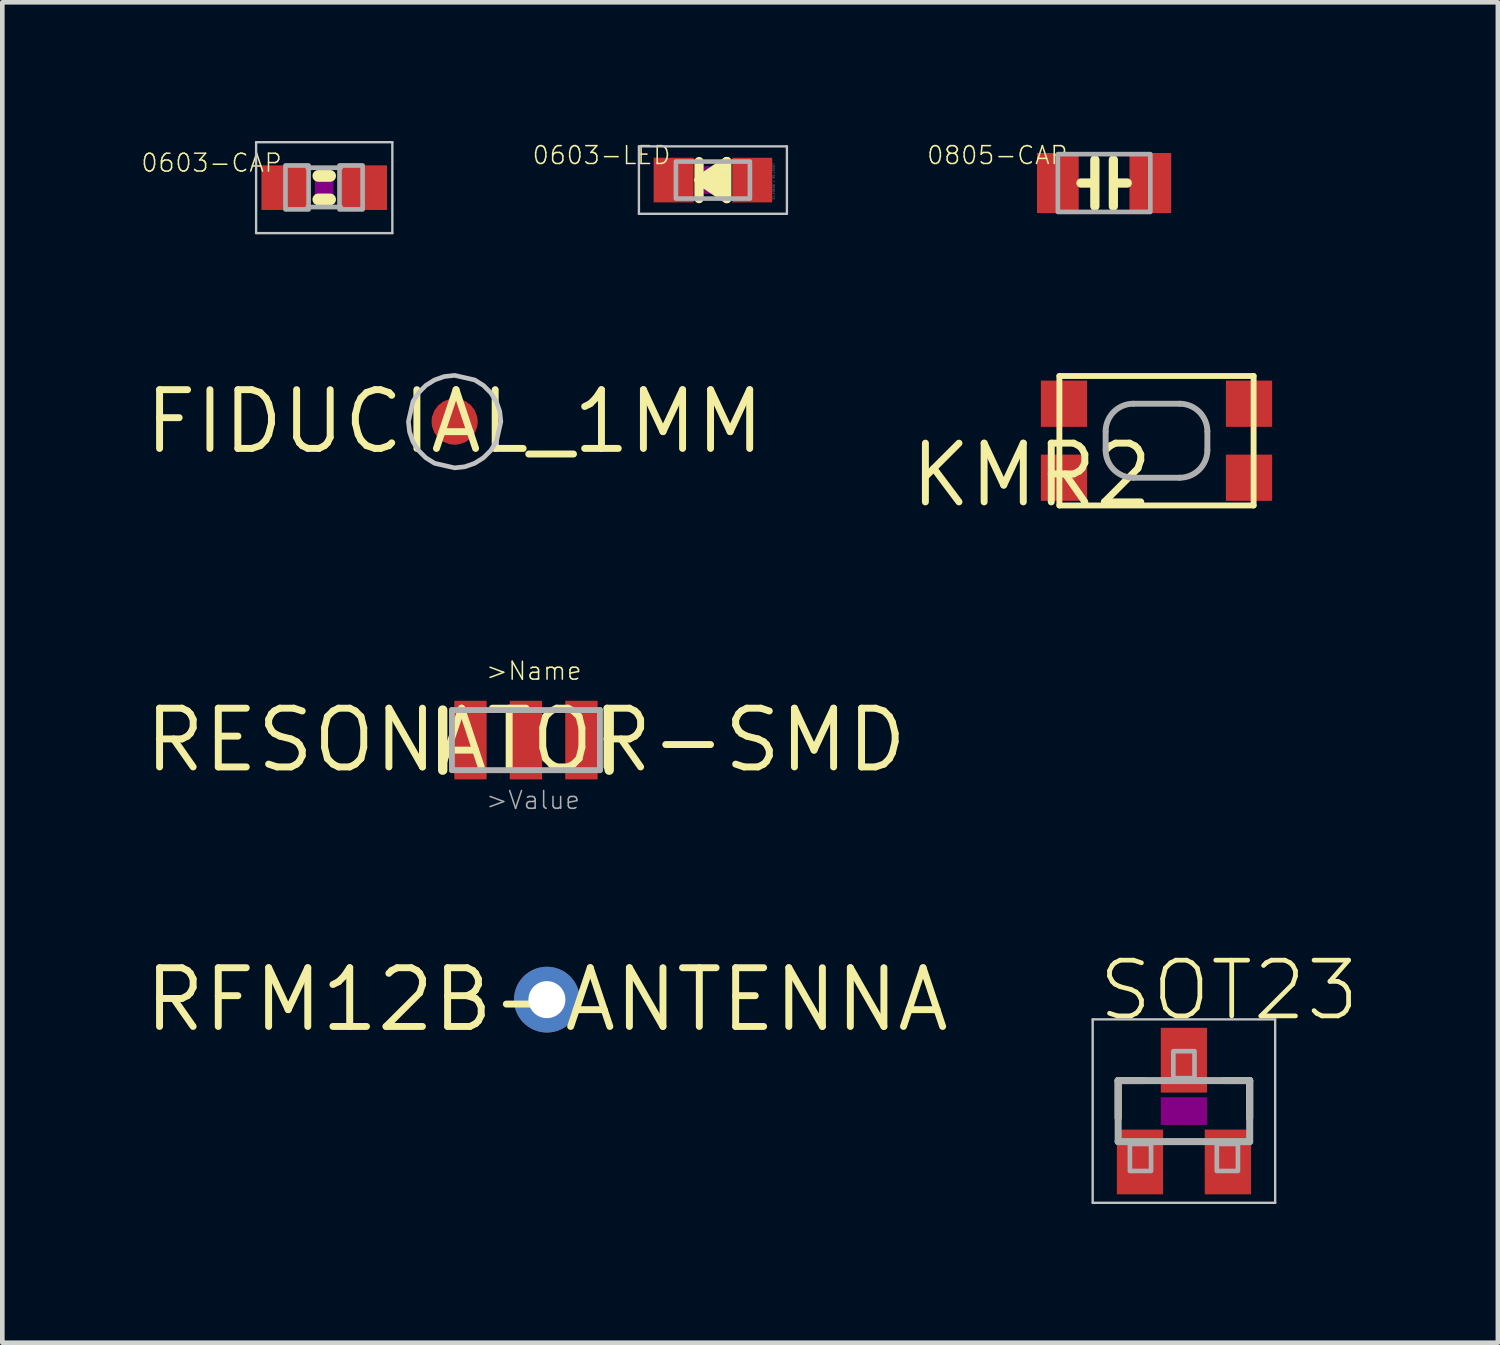
<source format=kicad_pcb>
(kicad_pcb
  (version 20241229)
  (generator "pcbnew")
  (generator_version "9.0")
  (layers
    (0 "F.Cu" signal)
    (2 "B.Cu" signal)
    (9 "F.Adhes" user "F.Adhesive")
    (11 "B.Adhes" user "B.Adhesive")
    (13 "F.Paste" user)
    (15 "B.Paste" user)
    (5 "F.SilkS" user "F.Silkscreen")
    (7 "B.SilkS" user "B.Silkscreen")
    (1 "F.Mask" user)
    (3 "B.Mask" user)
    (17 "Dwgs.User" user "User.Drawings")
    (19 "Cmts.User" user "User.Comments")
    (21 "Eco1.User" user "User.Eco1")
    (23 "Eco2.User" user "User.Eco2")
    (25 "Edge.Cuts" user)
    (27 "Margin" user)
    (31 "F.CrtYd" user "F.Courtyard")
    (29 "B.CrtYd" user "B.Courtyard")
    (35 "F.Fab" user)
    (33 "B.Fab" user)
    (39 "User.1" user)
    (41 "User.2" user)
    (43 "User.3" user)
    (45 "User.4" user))
  (footprint "RESONATOR-SMD"
    (layer "F.Cu")
    (at 8.323 12.954)
    (property "Reference" "RESONATOR-SMD" (at 0 0 0) (layer "F.SilkS") (effects (font (size 1.27 1.27) (thickness 0.15))))
    (attr through_hole)
    (fp_line (start -1.8 0.65) (end -1.8 -0.65) (stroke (width 0.203) (type solid)) (layer "F.SilkS"))
    (fp_line (start 1.8 -0.65) (end 1.8 0.65) (stroke (width 0.203) (type solid)) (layer "F.SilkS"))
    (fp_line (start -1.6 -0.65) (end 1.6 -0.65) (stroke (width 0.127) (type solid)) (layer "F.Fab"))
    (fp_line (start -1.6 0.65) (end -1.6 -0.65) (stroke (width 0.127) (type solid)) (layer "F.Fab"))
    (fp_line (start 1.6 -0.65) (end 1.6 0.65) (stroke (width 0.127) (type solid)) (layer "F.Fab"))
    (fp_line (start 1.6 0.65) (end -1.6 0.65) (stroke (width 0.127) (type solid)) (layer "F.Fab"))
    (fp_text user ">Name" (at -0.889 -1.27 0) (layer "F.SilkS") (effects (font (size 0.386 0.386) (thickness 0.033)) (justify left bottom)))
    (fp_text user ">Value" (at -0.889 1.524 0) (layer "F.Fab") (effects (font (size 0.386 0.386) (thickness 0.033)) (justify left bottom)))
    (pad "1" smd rect (at -1.2 0) (size 0.7 1.7) (layers "F.Cu" "F.Mask" "F.Paste"))
    (pad "2" smd rect (at 0 0) (size 0.7 1.7) (layers "F.Cu" "F.Mask" "F.Paste"))
    (pad "3" smd rect (at 1.2 0) (size 0.7 1.7) (layers "F.Cu" "F.Mask" "F.Paste")))
  (footprint "RFM12B-ANTENNA"
    (layer "F.Cu")
    (at 8.776 18.566)
    (property "Reference" "RFM12B-ANTENNA" (at 0 0 0) (layer "F.SilkS") (effects (font (size 1.27 1.27) (thickness 0.15))))
    (attr through_hole)
    (pad "P$1" thru_hole circle (at 0 0) (size 1.422 1.422) (drill 0.8) (layers "*.Cu" "*.Mask")))
  (footprint "KMR2"
    (layer "F.Cu")
    (at 21.958 6.48)
    (property "Reference" "KMR2" (at 0 0 0) (layer "F.SilkS") (effects (font (size 1.27 1.27) (thickness 0.15)) (justify right top)))
    (attr through_hole)
    (fp_line (start -2.1 -1.4) (end 2.1 -1.4) (stroke (width 0.127) (type solid)) (layer "F.SilkS"))
    (fp_line (start -2.1 1.4) (end -2.1 -1.4) (stroke (width 0.127) (type solid)) (layer "F.SilkS"))
    (fp_line (start 2.1 -1.4) (end 2.1 1.4) (stroke (width 0.127) (type solid)) (layer "F.SilkS"))
    (fp_line (start 2.1 1.4) (end -2.1 1.4) (stroke (width 0.127) (type solid)) (layer "F.SilkS"))
    (fp_line (start -1.1 0.2) (end -1.1 -0.2) (stroke (width 0.127) (type solid)) (layer "F.Fab"))
    (fp_line (start -0.5 -0.8) (end 0.5 -0.8) (stroke (width 0.127) (type solid)) (layer "F.Fab"))
    (fp_line (start 0.5 0.8) (end -0.5 0.8) (stroke (width 0.127) (type solid)) (layer "F.Fab"))
    (fp_line (start 1.1 -0.2) (end 1.1 0.2) (stroke (width 0.127) (type solid)) (layer "F.Fab"))
    (fp_arc (start -1.1 -0.2) (mid -0.924263 -0.624264) (end -0.499998 -0.8) (stroke (width 0.127) (type solid)) (layer "F.Fab"))
    (fp_arc (start -0.5 0.8) (mid -0.924264 0.624263) (end -1.1 0.199998) (stroke (width 0.127) (type solid)) (layer "F.Fab"))
    (fp_arc (start 0.5 -0.8) (mid 0.924264 -0.624263) (end 1.1 -0.199998) (stroke (width 0.127) (type solid)) (layer "F.Fab"))
    (fp_arc (start 1.1 0.2) (mid 0.924263 0.624264) (end 0.499998 0.8) (stroke (width 0.127) (type solid)) (layer "F.Fab"))
    (pad "1" smd rect (at 2 -0.8) (size 1 1) (layers "F.Cu" "F.Mask" "F.Paste"))
    (pad "2" smd rect (at 2 0.8) (size 1 1) (layers "F.Cu" "F.Mask" "F.Paste"))
    (pad "3" smd rect (at -2 -0.8) (size 1 1) (layers "F.Cu" "F.Mask" "F.Paste"))
    (pad "4" smd rect (at -2 0.8) (size 1 1) (layers "F.Cu" "F.Mask" "F.Paste")))
  (footprint "0805-CAP"
    (layer "F.Cu")
    (at 20.825 0.908)
    (property "Reference" "0805-CAP" (at -0.762 -0.826 0) (layer "F.SilkS") (effects (font (size 0.386 0.386) (thickness 0.033)) (justify right top)))
    (attr through_hole)
    (fp_line (start -0.3 0) (end -0.5 0) (stroke (width 0.2) (type solid)) (layer "F.SilkS"))
    (fp_line (start -0.2 -0.5) (end -0.2 0.5) (stroke (width 0.2) (type solid)) (layer "F.SilkS"))
    (fp_line (start 0.2 -0.5) (end 0.2 0.5) (stroke (width 0.2) (type solid)) (layer "F.SilkS"))
    (fp_line (start 0.3 0) (end 0.5 0) (stroke (width 0.2) (type solid)) (layer "F.SilkS"))
    (fp_poly (pts (xy -1 0.625) (xy 1 0.625) (xy 1 -0.625) (xy -1 -0.625)) (stroke (width 0.1) (type solid)) (fill no) (layer "F.Fab"))
    (pad "1" smd rect (at -1 0) (size 0.902 1.3) (layers "F.Cu" "F.Mask" "F.Paste"))
    (pad "2" smd rect (at 1 0) (size 0.902 1.3) (layers "F.Cu" "F.Mask" "F.Paste")))
  (footprint "0603-LED"
    (layer "F.Cu")
    (at 12.366 0.844)
    (property "Reference" "0603-LED" (at -0.889 -0.762 0) (layer "F.SilkS") (effects (font (size 0.386 0.386) (thickness 0.033)) (justify right top)))
    (attr through_hole)
    (fp_line (start -0.3 -0.4) (end -0.3 0) (stroke (width 0.2) (type solid)) (layer "F.SilkS"))
    (fp_line (start -0.3 0) (end -0.3 0.4) (stroke (width 0.2) (type solid)) (layer "F.SilkS"))
    (fp_line (start -0.3 0) (end 0.3 -0.4) (stroke (width 0.2) (type solid)) (layer "F.SilkS"))
    (fp_line (start -0.3 0) (end 0.3 0.4) (stroke (width 0.2) (type solid)) (layer "F.SilkS"))
    (fp_line (start 0 0) (end 0.2 0.2) (stroke (width 0.2) (type solid)) (layer "F.SilkS"))
    (fp_line (start 0.1 -0.1) (end -0.1 0) (stroke (width 0.2) (type solid)) (layer "F.SilkS"))
    (fp_line (start 0.2 0.2) (end 0.1 -0.1) (stroke (width 0.2) (type solid)) (layer "F.SilkS"))
    (fp_line (start 0.3 -0.4) (end 0 0) (stroke (width 0.2) (type solid)) (layer "F.SilkS"))
    (fp_line (start 0.3 0.4) (end 0.3 -0.4) (stroke (width 0.2) (type solid)) (layer "F.SilkS"))
    (fp_poly (pts (xy -0.2 0.3) (xy 0.2 0.3) (xy 0.2 -0.3) (xy -0.2 -0.3)) (stroke (width 0) (type solid)) (fill yes) (layer "F.Adhes"))
    (fp_line (start -1.6 -0.729) (end 1.6 -0.729) (stroke (width 0.051) (type solid)) (layer "Dwgs.User"))
    (fp_line (start -1.6 0.729) (end -1.6 -0.729) (stroke (width 0.051) (type solid)) (layer "Dwgs.User"))
    (fp_line (start 1.6 -0.729) (end 1.6 0.729) (stroke (width 0.051) (type solid)) (layer "Dwgs.User"))
    (fp_line (start 1.6 0.729) (end -1.6 0.729) (stroke (width 0.051) (type solid)) (layer "Dwgs.User"))
    (fp_poly (pts (xy -0.8 0.4) (xy 0.8 0.4) (xy 0.8 -0.4) (xy -0.8 -0.4)) (stroke (width 0.1) (type solid)) (fill no) (layer "F.Fab"))
    (fp_text user "31.49606 x 35.43307" (at 1.346 0.432 90) (layer "F.Fab") (effects (font (size 0.048 0.048) (thickness 0.004)) (justify left bottom)))
    (pad "MINUS" smd rect (at -0.85 0) (size 0.864 0.965) (layers "F.Cu" "F.Mask" "F.Paste"))
    (pad "PLUS" smd rect (at 0.85 0) (size 0.864 0.965) (layers "F.Cu" "F.Mask" "F.Paste")))
  (footprint "FIDUCIAL_1MM"
    (layer "F.Cu")
    (at 6.781 6.067)
    (property "Reference" "FIDUCIAL_1MM" (at 0 0 0) (layer "F.SilkS") (effects (font (size 1.27 1.27) (thickness 0.15))))
    (attr through_hole)
    (fp_poly (pts (xy -1 0) (xy -0.975 0.223) (xy -0.901 0.434) (xy -0.782 0.623) (xy -0.623 0.782) (xy -0.434 0.901) (xy 0 1) (xy 0.223 0.975) (xy 0.434 0.901) (xy 0.623 0.782) (xy 0.782 0.623) (xy 0.901 0.434) (xy 1 0) (xy 0.975 -0.223) (xy 0.901 -0.434) (xy 0.782 -0.623) (xy 0.623 -0.782) (xy 0.434 -0.901) (xy 0 -1) (xy -0.223 -0.975) (xy -0.434 -0.901) (xy -0.623 -0.782) (xy -0.782 -0.623) (xy -0.901 -0.434)) (stroke (width 0) (type solid)) (fill yes) (layer "F.Mask"))
    (fp_poly (pts (xy -1 0) (xy -0.975 0.223) (xy -0.901 0.434) (xy -0.782 0.623) (xy -0.623 0.782) (xy -0.434 0.901) (xy 0 1) (xy 0.223 0.975) (xy 0.434 0.901) (xy 0.623 0.782) (xy 0.782 0.623) (xy 0.901 0.434) (xy 1 0) (xy 0.975 -0.223) (xy 0.901 -0.434) (xy 0.782 -0.623) (xy 0.623 -0.782) (xy 0.434 -0.901) (xy 0 -1) (xy -0.223 -0.975) (xy -0.434 -0.901) (xy -0.623 -0.782) (xy -0.782 -0.623) (xy -0.901 -0.434)) (stroke (width 0.1) (type solid)) (fill no) (layer "Dwgs.User"))
    (pad "1" smd roundrect (at 0 0) (size 1 1) (layers "F.Cu" "F.Mask") (roundrect_rratio 0.5)))
  (footprint "SOT23"
    (layer "F.Cu")
    (at 22.551 20.976)
    (property "Reference" "SOT23" (at -1.905 -1.905 0) (layer "F.SilkS") (effects (font (size 1.206 1.206) (thickness 0.102)) (justify left bottom)))
    (attr through_hole)
    (fp_line (start -1.422 -0.66) (end -0.864 -0.66) (stroke (width 0.152) (type solid)) (layer "F.SilkS"))
    (fp_line (start -1.422 0.152) (end -1.422 -0.66) (stroke (width 0.152) (type solid)) (layer "F.SilkS"))
    (fp_line (start 0.864 -0.66) (end 1.422 -0.66) (stroke (width 0.152) (type solid)) (layer "F.SilkS"))
    (fp_line (start 1.422 -0.66) (end 1.422 0.152) (stroke (width 0.152) (type solid)) (layer "F.SilkS"))
    (fp_poly (pts (xy -0.5 0.3) (xy 0.5 0.3) (xy 0.5 -0.3) (xy -0.5 -0.3)) (stroke (width 0) (type solid)) (fill yes) (layer "F.Adhes"))
    (fp_line (start -1.973 -1.983) (end 1.973 -1.983) (stroke (width 0.051) (type solid)) (layer "Dwgs.User"))
    (fp_line (start -1.973 1.983) (end -1.973 -1.983) (stroke (width 0.051) (type solid)) (layer "Dwgs.User"))
    (fp_line (start 1.973 -1.983) (end 1.973 1.983) (stroke (width 0.051) (type solid)) (layer "Dwgs.User"))
    (fp_line (start 1.973 1.983) (end -1.973 1.983) (stroke (width 0.051) (type solid)) (layer "Dwgs.User"))
    (fp_line (start -1.422 -0.66) (end 1.422 -0.66) (stroke (width 0.152) (type solid)) (layer "F.Fab"))
    (fp_line (start -1.422 0.66) (end -1.422 -0.66) (stroke (width 0.152) (type solid)) (layer "F.Fab"))
    (fp_line (start 1.422 -0.66) (end 1.422 0.66) (stroke (width 0.152) (type solid)) (layer "F.Fab"))
    (fp_line (start 1.422 0.66) (end -1.422 0.66) (stroke (width 0.152) (type solid)) (layer "F.Fab"))
    (fp_poly (pts (xy -1.168 1.295) (xy -0.711 1.295) (xy -0.711 0.711) (xy -1.168 0.711)) (stroke (width 0.1) (type solid)) (fill no) (layer "F.Fab"))
    (fp_poly (pts (xy -0.229 -0.711) (xy 0.229 -0.711) (xy 0.229 -1.295) (xy -0.229 -1.295)) (stroke (width 0.1) (type solid)) (fill no) (layer "F.Fab"))
    (fp_poly (pts (xy 0.711 1.295) (xy 1.168 1.295) (xy 1.168 0.711) (xy 0.711 0.711)) (stroke (width 0.1) (type solid)) (fill no) (layer "F.Fab"))
    (pad "1" smd rect (at -0.95 1.1) (size 1 1.4) (layers "F.Cu" "F.Mask" "F.Paste"))
    (pad "2" smd rect (at 0.95 1.1) (size 1 1.4) (layers "F.Cu" "F.Mask" "F.Paste"))
    (pad "3" smd rect (at 0 -1.1) (size 1 1.4) (layers "F.Cu" "F.Mask" "F.Paste")))
  (footprint "0603-CAP"
    (layer "F.Cu")
    (at 3.961 1.008)
    (property "Reference" "0603-CAP" (at -0.889 -0.762 0) (layer "F.SilkS") (effects (font (size 0.386 0.386) (thickness 0.033)) (justify right top)))
    (attr through_hole)
    (fp_line (start -0.127 -0.254) (end 0.127 -0.254) (stroke (width 0.254) (type solid)) (layer "F.SilkS"))
    (fp_line (start -0.127 0.254) (end 0.127 0.254) (stroke (width 0.254) (type solid)) (layer "F.SilkS"))
    (fp_poly (pts (xy -0.2 0.3) (xy 0.2 0.3) (xy 0.2 -0.3) (xy -0.2 -0.3)) (stroke (width 0) (type solid)) (fill yes) (layer "F.Adhes"))
    (fp_line (start -1.473 -0.983) (end 1.473 -0.983) (stroke (width 0.051) (type solid)) (layer "Dwgs.User"))
    (fp_line (start -1.473 0.983) (end -1.473 -0.983) (stroke (width 0.051) (type solid)) (layer "Dwgs.User"))
    (fp_line (start 1.473 -0.983) (end 1.473 0.983) (stroke (width 0.051) (type solid)) (layer "Dwgs.User"))
    (fp_line (start 1.473 0.983) (end -1.473 0.983) (stroke (width 0.051) (type solid)) (layer "Dwgs.User"))
    (fp_line (start -0.356 -0.432) (end 0.356 -0.432) (stroke (width 0.102) (type solid)) (layer "F.Fab"))
    (fp_line (start -0.356 0.419) (end 0.356 0.419) (stroke (width 0.102) (type solid)) (layer "F.Fab"))
    (fp_poly (pts (xy -0.838 0.47) (xy -0.338 0.47) (xy -0.338 -0.48) (xy -0.838 -0.48)) (stroke (width 0.1) (type solid)) (fill no) (layer "F.Fab"))
    (fp_poly (pts (xy 0.33 0.47) (xy 0.83 0.47) (xy 0.83 -0.48) (xy 0.33 -0.48)) (stroke (width 0.1) (type solid)) (fill no) (layer "F.Fab"))
    (pad "1" smd rect (at -0.85 0) (size 1.016 0.965) (layers "F.Cu" "F.Mask" "F.Paste"))
    (pad "2" smd rect (at 0.85 0) (size 1.016 0.965) (layers "F.Cu" "F.Mask" "F.Paste")))
  (gr_rect
    (start -3 -3)
    (end 29.34 25.985)
    (stroke (width 0.1) (type default))
    (fill no)
    (layer "Edge.Cuts")))
</source>
